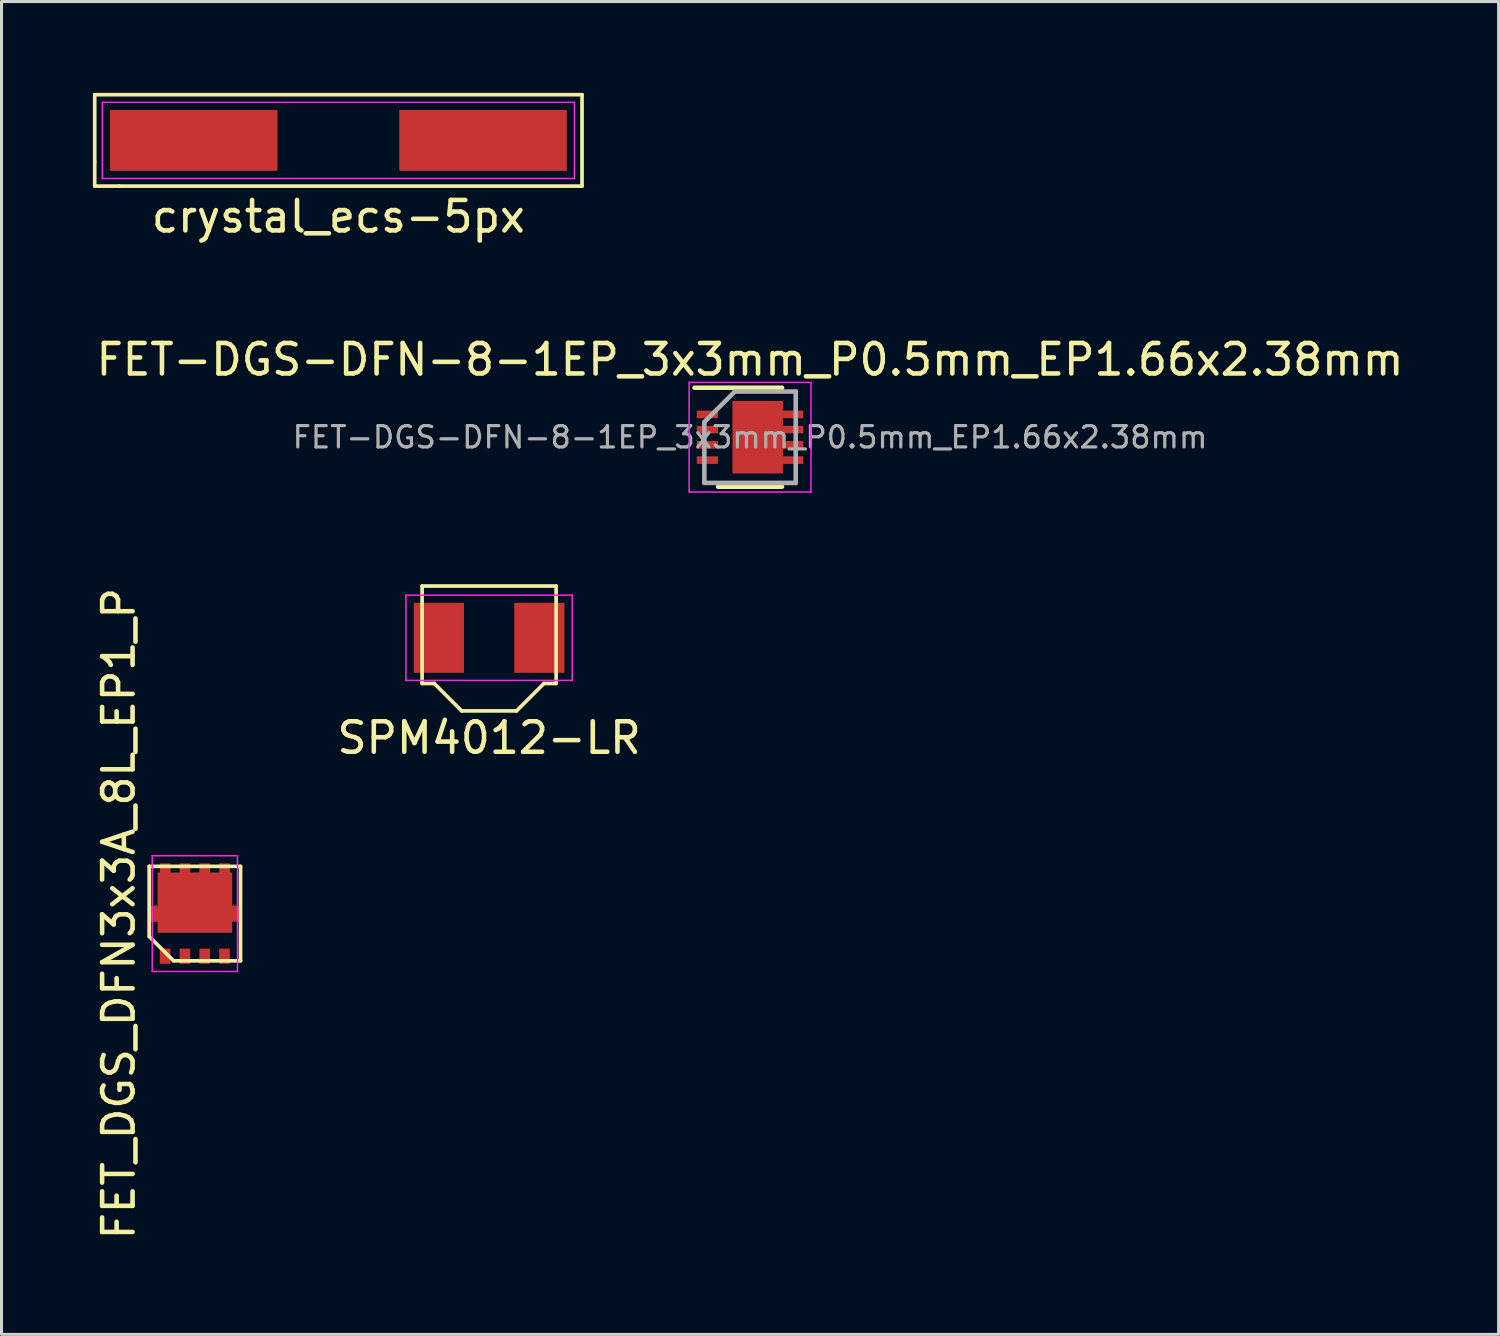
<source format=kicad_pcb>
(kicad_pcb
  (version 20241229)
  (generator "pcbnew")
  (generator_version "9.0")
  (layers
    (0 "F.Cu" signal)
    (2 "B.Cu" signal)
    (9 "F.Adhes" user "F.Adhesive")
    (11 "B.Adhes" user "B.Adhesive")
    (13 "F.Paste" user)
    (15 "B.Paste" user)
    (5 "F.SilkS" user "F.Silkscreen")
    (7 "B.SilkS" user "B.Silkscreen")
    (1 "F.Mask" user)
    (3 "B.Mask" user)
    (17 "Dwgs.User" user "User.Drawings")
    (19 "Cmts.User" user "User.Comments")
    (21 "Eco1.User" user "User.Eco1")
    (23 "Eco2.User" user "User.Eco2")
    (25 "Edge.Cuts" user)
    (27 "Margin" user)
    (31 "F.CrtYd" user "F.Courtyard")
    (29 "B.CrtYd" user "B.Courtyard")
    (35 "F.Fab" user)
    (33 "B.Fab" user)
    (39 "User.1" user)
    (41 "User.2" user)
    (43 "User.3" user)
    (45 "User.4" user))
  (footprint "SPM4012-LR"
    (layer "F.Cu")
    (at 13.009 17.892)
    (property "Reference" "SPM4012-LR" (at 0 3.285 0) (layer "F.SilkS") (effects (font (size 1 1) (thickness 0.15))))
    (attr smd)
    (fp_line (start -2.2 -1.7) (end 2.2 -1.7) (stroke (width 0.12) (type solid)) (layer "F.SilkS"))
    (fp_line (start -2.2 1.5) (end -2.2 -1.7) (stroke (width 0.12) (type solid)) (layer "F.SilkS"))
    (fp_line (start -1.8 1.5) (end -2.2 1.5) (stroke (width 0.12) (type solid)) (layer "F.SilkS"))
    (fp_line (start -0.9 2.4) (end -1.8 1.5) (stroke (width 0.12) (type solid)) (layer "F.SilkS"))
    (fp_line (start 0.9 2.4) (end -0.9 2.4) (stroke (width 0.12) (type solid)) (layer "F.SilkS"))
    (fp_line (start 1.8 1.5) (end 0.9 2.4) (stroke (width 0.12) (type solid)) (layer "F.SilkS"))
    (fp_line (start 2.2 -1.7) (end 2.2 1.5) (stroke (width 0.12) (type solid)) (layer "F.SilkS"))
    (fp_line (start 2.2 1.5) (end 1.8 1.5) (stroke (width 0.12) (type solid)) (layer "F.SilkS"))
    (fp_line (start -2.73 -1.4) (end 2.73 -1.4) (stroke (width 0.05) (type solid)) (layer "F.CrtYd"))
    (fp_line (start -2.73 1.4) (end -2.73 -1.4) (stroke (width 0.05) (type solid)) (layer "F.CrtYd"))
    (fp_line (start 2.73 -1.4) (end 2.73 1.4) (stroke (width 0.05) (type solid)) (layer "F.CrtYd"))
    (fp_line (start 2.73 1.4) (end -2.73 1.4) (stroke (width 0.05) (type solid)) (layer "F.CrtYd"))
    (pad "1" smd rect (at -1.65 0) (size 1.65 2.3) (layers "F.Cu" "F.Mask" "F.Paste"))
    (pad "2" smd rect (at 1.65 0) (size 1.65 2.3) (layers "F.Cu" "F.Mask" "F.Paste")))
  (footprint "crystal_ecs-5px"
    (layer "F.Cu")
    (at 8.06 1.56)
    (property "Reference" "crystal_ecs-5px" (at 0 2.5 0) (layer "F.SilkS") (effects (font (size 1 1) (thickness 0.15))))
    (attr smd)
    (fp_line (start -8 -1.5) (end 8 -1.5) (stroke (width 0.12) (type solid)) (layer "F.SilkS"))
    (fp_line (start -8 0.7) (end -8 -1.5) (stroke (width 0.12) (type solid)) (layer "F.SilkS"))
    (fp_line (start -8 0.7) (end -8 1.5) (stroke (width 0.12) (type solid)) (layer "F.SilkS"))
    (fp_line (start -8 1.5) (end -7.2 1.5) (stroke (width 0.12) (type solid)) (layer "F.SilkS"))
    (fp_line (start 8 -1.5) (end 8 1.5) (stroke (width 0.12) (type solid)) (layer "F.SilkS"))
    (fp_line (start 8 1.5) (end -7.2 1.5) (stroke (width 0.12) (type solid)) (layer "F.SilkS"))
    (fp_line (start -7.75 -1.25) (end 7.75 -1.25) (stroke (width 0.05) (type solid)) (layer "F.CrtYd"))
    (fp_line (start -7.75 1.25) (end -7.75 -1.25) (stroke (width 0.05) (type solid)) (layer "F.CrtYd"))
    (fp_line (start 7.75 -1.25) (end 7.75 1.25) (stroke (width 0.05) (type solid)) (layer "F.CrtYd"))
    (fp_line (start 7.75 1.25) (end -7.75 1.25) (stroke (width 0.05) (type solid)) (layer "F.CrtYd"))
    (pad "1" smd rect (at -4.75 0) (size 5.5 2) (layers "F.Cu" "F.Mask" "F.Paste"))
    (pad "2" smd rect (at 4.75 0) (size 5.5 2) (layers "F.Cu" "F.Mask" "F.Paste")))
  (footprint "FET_DGS_DFN3x3A_8L_EP1_P"
    (layer "F.Cu")
    (at 3.348 26.947)
    (property "Reference" "FET_DGS_DFN3x3A_8L_EP1_P" (at -2.5 0 90) (layer "F.SilkS") (effects (font (size 1 1) (thickness 0.15))))
    (attr smd)
    (fp_line (start -1.5 -1.55) (end 1.5 -1.55) (stroke (width 0.12) (type solid)) (layer "F.SilkS"))
    (fp_line (start -1.5 0.75) (end -1.5 -1.55) (stroke (width 0.12) (type solid)) (layer "F.SilkS"))
    (fp_line (start -0.7 1.55) (end -1.5 0.75) (stroke (width 0.12) (type solid)) (layer "F.SilkS"))
    (fp_line (start 1.5 -1.55) (end 1.5 1.55) (stroke (width 0.12) (type solid)) (layer "F.SilkS"))
    (fp_line (start 1.5 1.55) (end -0.7 1.55) (stroke (width 0.12) (type solid)) (layer "F.SilkS"))
    (fp_line (start -1.4 -1.9) (end 1.4 -1.9) (stroke (width 0.05) (type solid)) (layer "F.CrtYd"))
    (fp_line (start -1.4 1.9) (end -1.4 -1.9) (stroke (width 0.05) (type solid)) (layer "F.CrtYd"))
    (fp_line (start 1.4 -1.9) (end 1.4 1.9) (stroke (width 0.05) (type solid)) (layer "F.CrtYd"))
    (fp_line (start 1.4 1.9) (end -1.4 1.9) (stroke (width 0.05) (type solid)) (layer "F.CrtYd"))
    (pad "1" smd rect (at -0.975 -1.4) (size 0.35 0.5) (layers "F.Cu" "F.Mask" "F.Paste"))
    (pad "1" smd rect (at -0.325 -1.4) (size 0.35 0.5) (layers "F.Cu" "F.Mask" "F.Paste"))
    (pad "1" smd custom (at 0 -0.36) (size 2.45 1.98) (layers "F.Cu" "F.Mask" "F.Paste") (options (anchor rect)) (primitives (gr_poly (pts (xy 1.415 0.575) (xy 1.415 0.145) (xy -1.415 0.145) (xy -1.415 0.575)) (width 0.1) (fill yes))))
    (pad "1" smd rect (at 0.325 -1.4) (size 0.35 0.5) (layers "F.Cu" "F.Mask" "F.Paste"))
    (pad "1" smd rect (at 0.975 -1.4) (size 0.35 0.5) (layers "F.Cu" "F.Mask" "F.Paste"))
    (pad "2" smd rect (at 0.975 1.4) (size 0.35 0.5) (layers "F.Cu" "F.Mask" "F.Paste"))
    (pad "3" smd rect (at -0.975 1.4) (size 0.35 0.5) (layers "F.Cu" "F.Mask" "F.Paste"))
    (pad "3" smd rect (at -0.325 1.4) (size 0.35 0.5) (layers "F.Cu" "F.Mask" "F.Paste"))
    (pad "3" smd rect (at 0.325 1.4) (size 0.35 0.5) (layers "F.Cu" "F.Mask" "F.Paste")))
  (footprint "FET-DGS-DFN-8-1EP_3x3mm_P0.5mm_EP1.66x2.38mm"
    (layer "F.Cu")
    (at 21.577 11.306)
    (property "Reference" "FET-DGS-DFN-8-1EP_3x3mm_P0.5mm_EP1.66x2.38mm" (at 0 -2.55 0) (layer "F.SilkS") (effects (font (size 1 1) (thickness 0.15))))
    (attr smd)
    (fp_line (start -1.825 -1.625) (end 1.05 -1.625) (stroke (width 0.15) (type solid)) (layer "F.SilkS"))
    (fp_line (start -1.05 1.625) (end 1.05 1.625) (stroke (width 0.15) (type solid)) (layer "F.SilkS"))
    (fp_line (start -2 -1.8) (end -2 1.8) (stroke (width 0.05) (type solid)) (layer "F.CrtYd"))
    (fp_line (start -2 -1.8) (end 2 -1.8) (stroke (width 0.05) (type solid)) (layer "F.CrtYd"))
    (fp_line (start -2 1.8) (end 2 1.8) (stroke (width 0.05) (type solid)) (layer "F.CrtYd"))
    (fp_line (start 2 -1.8) (end 2 1.8) (stroke (width 0.05) (type solid)) (layer "F.CrtYd"))
    (fp_line (start -1.5 -0.5) (end -0.5 -1.5) (stroke (width 0.15) (type solid)) (layer "F.Fab"))
    (fp_line (start -1.5 1.5) (end -1.5 -0.5) (stroke (width 0.15) (type solid)) (layer "F.Fab"))
    (fp_line (start -0.5 -1.5) (end 1.5 -1.5) (stroke (width 0.15) (type solid)) (layer "F.Fab"))
    (fp_line (start 1.5 -1.5) (end 1.5 1.5) (stroke (width 0.15) (type solid)) (layer "F.Fab"))
    (fp_line (start 1.5 1.5) (end -1.5 1.5) (stroke (width 0.15) (type solid)) (layer "F.Fab"))
    (fp_text user "${REFERENCE}" (at 0 0 0) (layer "F.Fab") (effects (font (size 0.7 0.7) (thickness 0.105))))
    (pad "" smd rect (at -0.415 -0.595) (size 0.64 1) (layers "F.Paste"))
    (pad "" smd rect (at -0.415 0.595) (size 0.64 1) (layers "F.Paste"))
    (pad "" smd rect (at 0.415 -0.595) (size 0.64 1) (layers "F.Paste"))
    (pad "" smd rect (at 0.415 0.595) (size 0.64 1) (layers "F.Paste"))
    (pad "1" smd rect (at 0.25 0) (size 1.66 2.38) (layers "F.Cu" "F.Mask"))
    (pad "1" smd rect (at 1.4 -0.75) (size 0.7 0.25) (layers "F.Cu" "F.Mask" "F.Paste"))
    (pad "1" smd rect (at 1.4 -0.25) (size 0.7 0.25) (layers "F.Cu" "F.Mask" "F.Paste"))
    (pad "1" smd rect (at 1.4 0.25) (size 0.7 0.25) (layers "F.Cu" "F.Mask" "F.Paste"))
    (pad "1" smd rect (at 1.4 0.75) (size 0.7 0.25) (layers "F.Cu" "F.Mask" "F.Paste"))
    (pad "2" smd rect (at -1.4 -0.75) (size 0.7 0.25) (layers "F.Cu" "F.Mask" "F.Paste"))
    (pad "2" smd rect (at -1.4 -0.25) (size 0.7 0.25) (layers "F.Cu" "F.Mask" "F.Paste"))
    (pad "2" smd rect (at -1.4 0.25) (size 0.7 0.25) (layers "F.Cu" "F.Mask" "F.Paste"))
    (pad "2" smd rect (at -1.4 0.75) (size 0.7 0.25) (layers "F.Cu" "F.Mask" "F.Paste")))
  (gr_rect
    (start -3 -3)
    (end 46.155 40.762)
    (stroke (width 0.1) (type default))
    (fill no)
    (layer "Edge.Cuts")))
</source>
